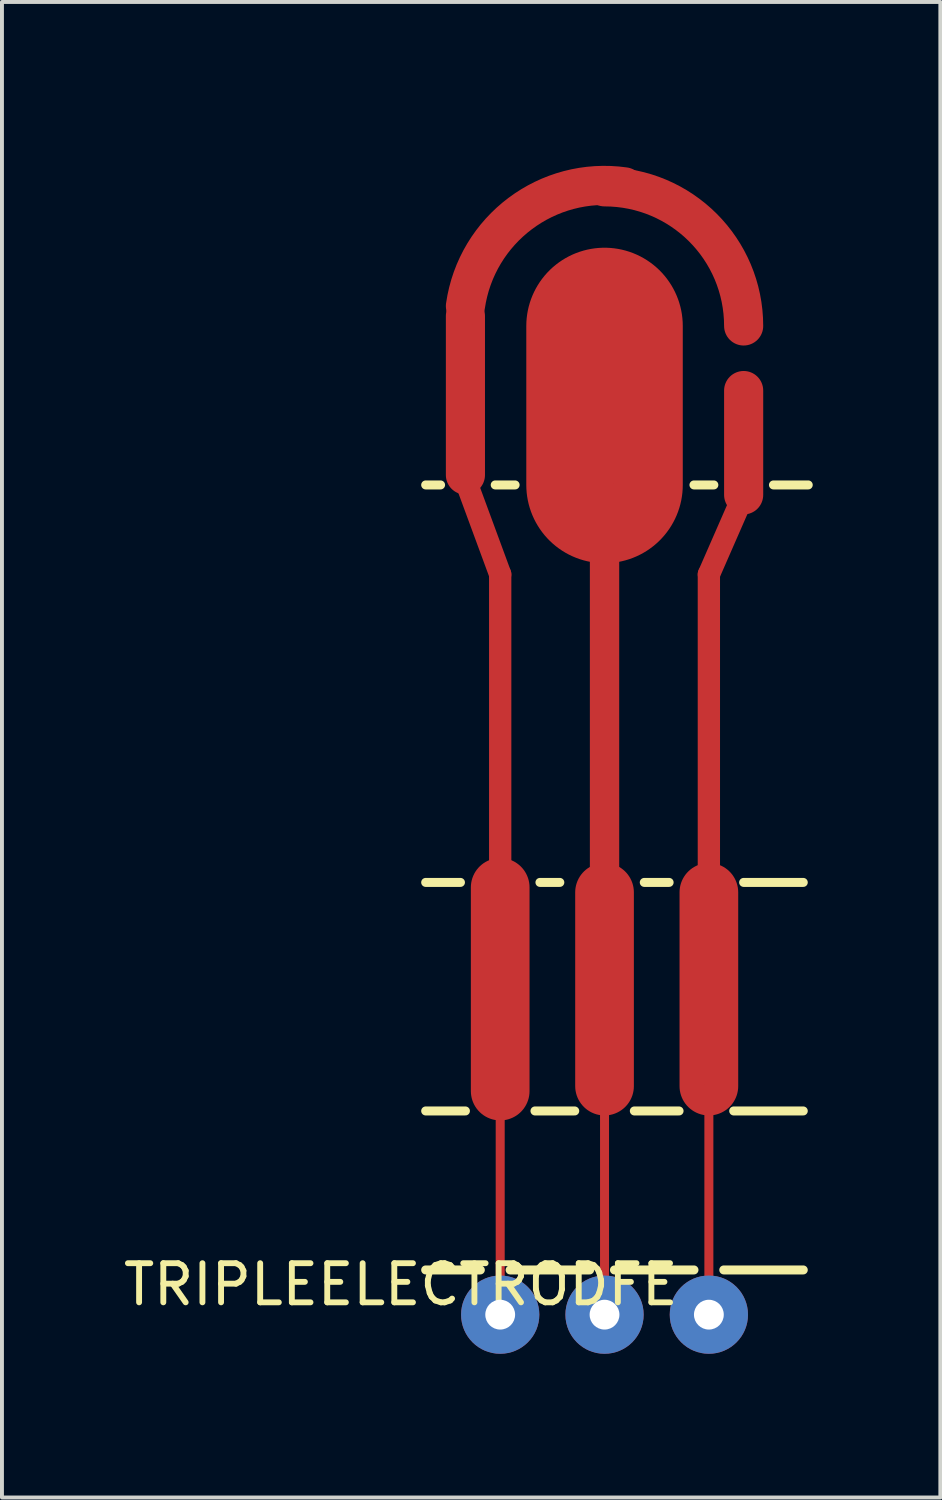
<source format=kicad_pcb>
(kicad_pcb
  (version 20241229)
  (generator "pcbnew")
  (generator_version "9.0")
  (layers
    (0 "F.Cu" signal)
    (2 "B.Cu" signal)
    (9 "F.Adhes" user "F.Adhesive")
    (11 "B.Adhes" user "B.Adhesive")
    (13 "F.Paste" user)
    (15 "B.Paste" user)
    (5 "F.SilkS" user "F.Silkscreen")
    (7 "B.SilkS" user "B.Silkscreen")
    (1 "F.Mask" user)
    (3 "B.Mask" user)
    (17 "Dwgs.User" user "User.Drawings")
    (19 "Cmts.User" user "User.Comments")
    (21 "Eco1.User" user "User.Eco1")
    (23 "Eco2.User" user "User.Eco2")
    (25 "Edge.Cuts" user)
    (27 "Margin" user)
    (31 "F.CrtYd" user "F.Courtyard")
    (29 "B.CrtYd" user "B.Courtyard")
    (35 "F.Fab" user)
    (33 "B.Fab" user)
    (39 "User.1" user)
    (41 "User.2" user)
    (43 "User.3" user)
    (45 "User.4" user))
  (footprint "TRIPLEELECTRODFE"
    (layer "F.Cu")
    (at 12.403 19.252)
    (property "Reference" "TRIPLEELECTRODFE" (at -5.207 10.533 0) (layer "F.SilkS") (effects (font (size 1 1) (thickness 0.15))))
    (attr through_hole)
    (fp_line (start -3.556 -10.16) (end -3.556 -14.224) (stroke (width 1) (type solid)) (layer "F.Cu"))
    (fp_line (start -3.556 -10.033) (end -2.667 -7.62) (stroke (width 0.57) (type solid)) (layer "F.Cu"))
    (fp_line (start -2.667 0.254) (end -2.667 -7.62) (stroke (width 0.57) (type solid)) (layer "F.Cu"))
    (fp_line (start -2.667 5.588) (end -2.667 0.381) (stroke (width 1.5) (type solid)) (layer "F.Cu"))
    (fp_line (start -2.667 10.287) (end -2.667 5.461) (stroke (width 0.23) (type solid)) (layer "F.Cu"))
    (fp_line (start 0 -9.906) (end 0 -13.97) (stroke (width 4) (type solid)) (layer "F.Cu"))
    (fp_line (start 0 0) (end 0 -9.652) (stroke (width 0.75) (type solid)) (layer "F.Cu"))
    (fp_line (start 0 0.508) (end 0 5.461) (stroke (width 1.5) (type solid)) (layer "F.Cu"))
    (fp_line (start 0 10.287) (end 0 5.461) (stroke (width 0.23) (type solid)) (layer "F.Cu"))
    (fp_line (start 2.667 -7.62) (end 2.667 0.381) (stroke (width 0.57) (type solid)) (layer "F.Cu"))
    (fp_line (start 2.667 -7.62) (end 3.556 -9.652) (stroke (width 0.57) (type solid)) (layer "F.Cu"))
    (fp_line (start 2.667 5.461) (end 2.667 0.508) (stroke (width 1.5) (type solid)) (layer "F.Cu"))
    (fp_line (start 2.667 10.287) (end 2.667 5.461) (stroke (width 0.23) (type solid)) (layer "F.Cu"))
    (fp_line (start 3.556 -9.652) (end 3.556 -12.319) (stroke (width 1) (type solid)) (layer "F.Cu"))
    (fp_arc (start -3.556 -14.478) (mid -2.155261 -16.843682) (end 0.508 -17.526) (stroke (width 1) (type solid)) (layer "F.Cu"))
    (fp_arc (start 0 -17.526) (mid 2.514472 -16.484472) (end 3.556 -13.97) (stroke (width 1) (type solid)) (layer "F.Cu"))
    (fp_line (start -4.572 0.254) (end -3.683 0.254) (stroke (width 0.23) (type solid)) (layer "F.SilkS"))
    (fp_line (start -4.572 6.096) (end -3.556 6.096) (stroke (width 0.23) (type solid)) (layer "F.SilkS"))
    (fp_line (start -4.572 10.16) (end -3.175 10.16) (stroke (width 0.23) (type solid)) (layer "F.SilkS"))
    (fp_line (start -4.191 -9.906) (end -4.572 -9.906) (stroke (width 0.23) (type solid)) (layer "F.SilkS"))
    (fp_line (start -2.413 10.16) (end -0.381 10.16) (stroke (width 0.23) (type solid)) (layer "F.SilkS"))
    (fp_line (start -2.286 -9.906) (end -2.794 -9.906) (stroke (width 0.23) (type solid)) (layer "F.SilkS"))
    (fp_line (start -1.778 6.096) (end -0.762 6.096) (stroke (width 0.23) (type solid)) (layer "F.SilkS"))
    (fp_line (start -1.651 0.254) (end -1.143 0.254) (stroke (width 0.23) (type solid)) (layer "F.SilkS"))
    (fp_line (start 0.254 10.16) (end 2.286 10.16) (stroke (width 0.23) (type solid)) (layer "F.SilkS"))
    (fp_line (start 1.016 0.254) (end 1.651 0.254) (stroke (width 0.23) (type solid)) (layer "F.SilkS"))
    (fp_line (start 1.905 6.096) (end 0.762 6.096) (stroke (width 0.23) (type solid)) (layer "F.SilkS"))
    (fp_line (start 2.794 -9.906) (end 2.286 -9.906) (stroke (width 0.23) (type solid)) (layer "F.SilkS"))
    (fp_line (start 3.048 10.16) (end 5.08 10.16) (stroke (width 0.23) (type solid)) (layer "F.SilkS"))
    (fp_line (start 3.302 6.096) (end 5.08 6.096) (stroke (width 0.23) (type solid)) (layer "F.SilkS"))
    (fp_line (start 3.556 0.254) (end 5.08 0.254) (stroke (width 0.23) (type solid)) (layer "F.SilkS"))
    (fp_line (start 5.207 -9.906) (end 4.318 -9.906) (stroke (width 0.23) (type solid)) (layer "F.SilkS"))
    (fp_line (start -4.826 12.573) (end -4.826 -19.177) (stroke (width 0.15) (type solid)) (layer "B.Adhes"))
    (fp_line (start 5.334 -18.923) (end -4.826 -18.923) (stroke (width 0.5) (type solid)) (layer "B.Adhes"))
    (fp_line (start 5.334 12.7) (end -5.08 12.827) (stroke (width 0.3) (type solid)) (layer "B.Adhes"))
    (fp_line (start 5.334 12.7) (end 5.334 -18.923) (stroke (width 0.15) (type solid)) (layer "B.Adhes"))
    (pad "1" thru_hole circle (at -2.667 11.303) (size 2 2) (drill 0.762) (layers "*.Cu" "*.Mask"))
    (pad "2" thru_hole circle (at 0 11.303) (size 2 2) (drill 0.762) (layers "*.Cu" "*.Mask"))
    (pad "3" thru_hole circle (at 2.667 11.303) (size 2 2) (drill 0.762) (layers "*.Cu" "*.Mask")))
  (gr_rect
    (start -3 -3)
    (end 20.987 35.229)
    (stroke (width 0.1) (type default))
    (fill no)
    (layer "Edge.Cuts")))
</source>
